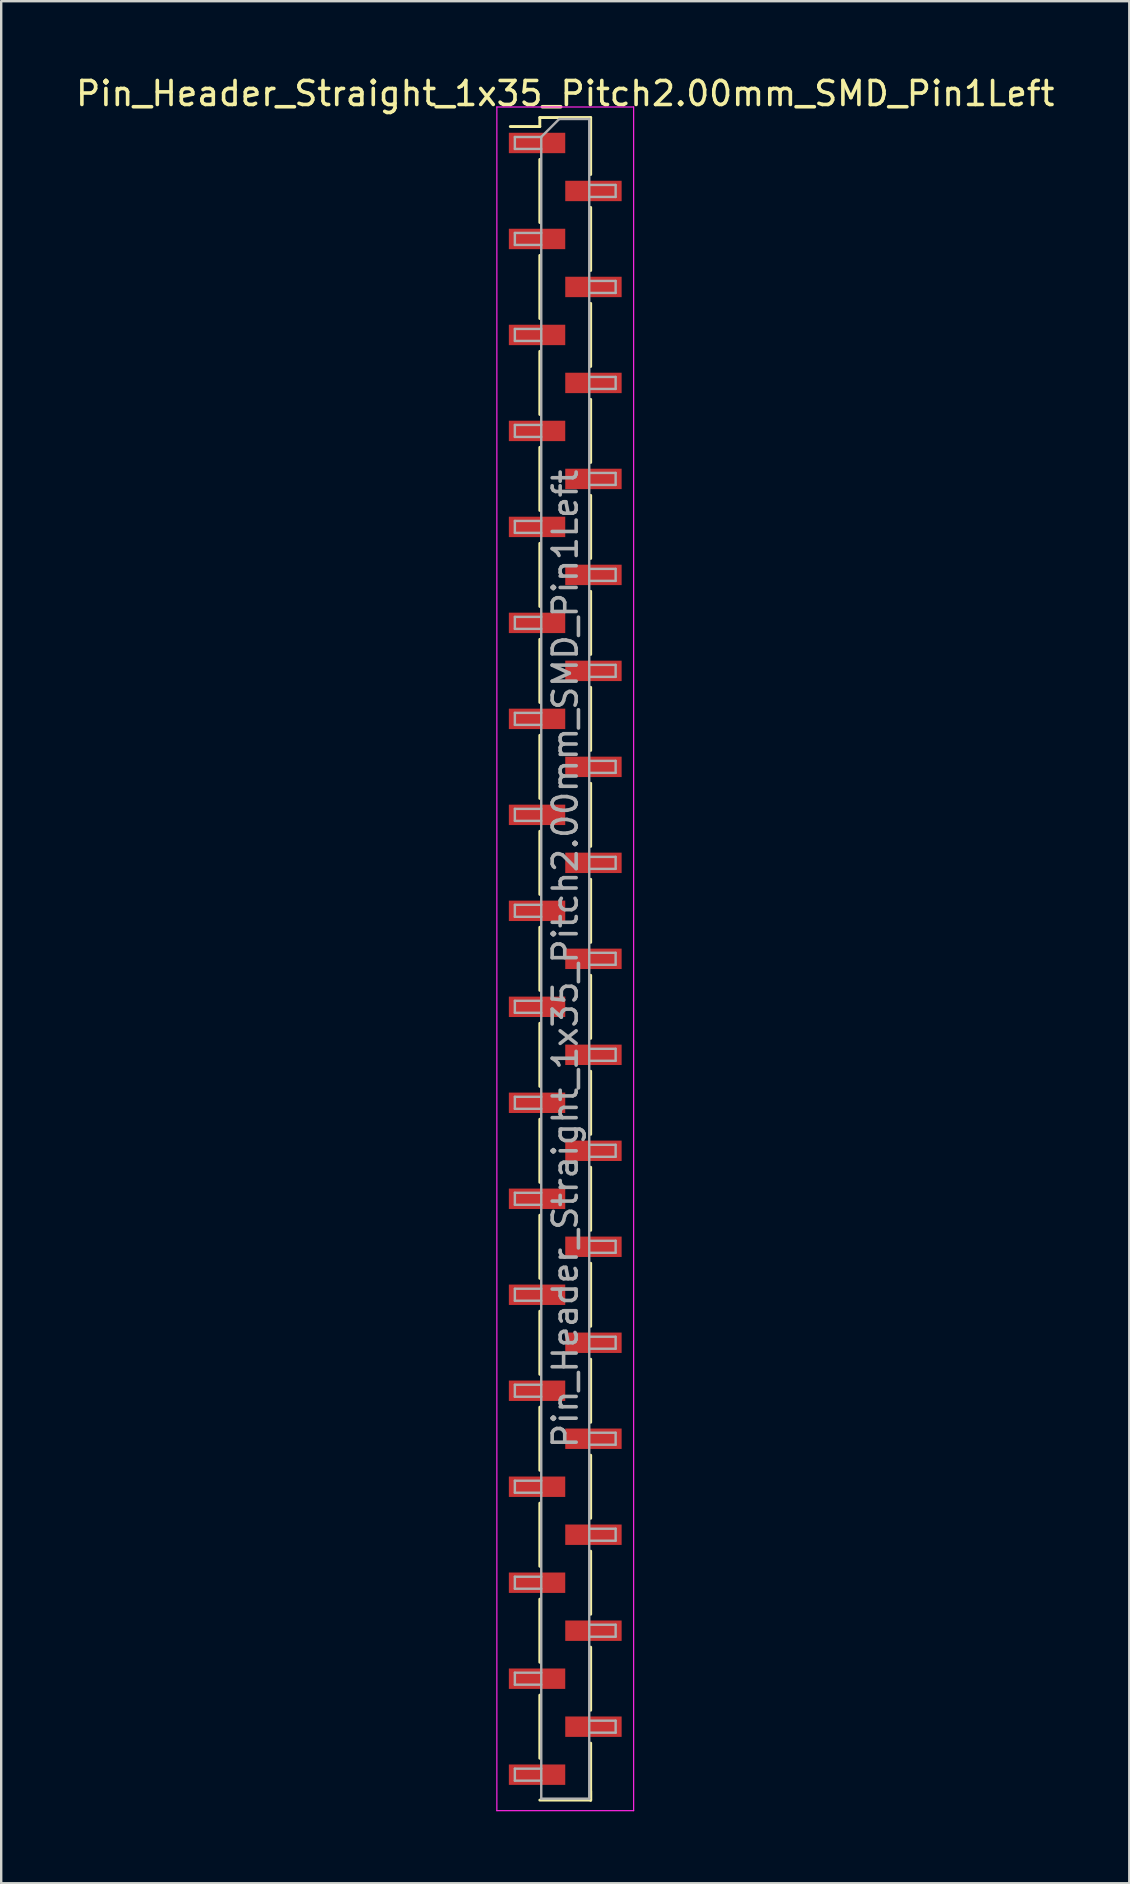
<source format=kicad_pcb>
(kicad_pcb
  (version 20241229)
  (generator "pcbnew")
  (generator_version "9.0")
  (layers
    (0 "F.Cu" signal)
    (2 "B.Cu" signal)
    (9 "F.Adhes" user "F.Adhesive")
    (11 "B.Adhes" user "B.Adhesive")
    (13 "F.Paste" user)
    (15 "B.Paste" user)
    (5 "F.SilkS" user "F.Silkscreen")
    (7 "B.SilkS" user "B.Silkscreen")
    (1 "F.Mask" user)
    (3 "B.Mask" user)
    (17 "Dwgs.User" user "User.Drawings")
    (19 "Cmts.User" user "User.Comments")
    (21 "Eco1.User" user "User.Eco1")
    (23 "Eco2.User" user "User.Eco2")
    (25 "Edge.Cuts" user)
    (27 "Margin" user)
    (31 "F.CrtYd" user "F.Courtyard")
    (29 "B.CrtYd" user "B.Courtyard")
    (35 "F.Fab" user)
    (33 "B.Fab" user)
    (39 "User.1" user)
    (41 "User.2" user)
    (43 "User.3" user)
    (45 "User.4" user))
  (footprint "Pin_Header_Straight_1x35_Pitch2.00mm_SMD_Pin1Left"
    (layer "F.Cu")
    (at 20.506 36.908)
    (property "Reference" "Pin_Header_Straight_1x35_Pitch2.00mm_SMD_Pin1Left" (at 0 -36.06 0) (layer "F.SilkS") (effects (font (size 1 1) (thickness 0.15))))
    (attr smd)
    (fp_line (start -1.06 -35.06) (end -1.06 -34.685) (stroke (width 0.12) (type solid)) (layer "F.SilkS"))
    (fp_line (start -1.06 -35.06) (end 1.06 -35.06) (stroke (width 0.12) (type solid)) (layer "F.SilkS"))
    (fp_line (start -1.06 -34.685) (end -2.29 -34.685) (stroke (width 0.12) (type solid)) (layer "F.SilkS"))
    (fp_line (start -1.06 -33.315) (end -1.06 -30.685) (stroke (width 0.12) (type solid)) (layer "F.SilkS"))
    (fp_line (start -1.06 -29.315) (end -1.06 -26.685) (stroke (width 0.12) (type solid)) (layer "F.SilkS"))
    (fp_line (start -1.06 -25.315) (end -1.06 -22.685) (stroke (width 0.12) (type solid)) (layer "F.SilkS"))
    (fp_line (start -1.06 -21.315) (end -1.06 -18.685) (stroke (width 0.12) (type solid)) (layer "F.SilkS"))
    (fp_line (start -1.06 -17.315) (end -1.06 -14.685) (stroke (width 0.12) (type solid)) (layer "F.SilkS"))
    (fp_line (start -1.06 -13.315) (end -1.06 -10.685) (stroke (width 0.12) (type solid)) (layer "F.SilkS"))
    (fp_line (start -1.06 -9.315) (end -1.06 -6.685) (stroke (width 0.12) (type solid)) (layer "F.SilkS"))
    (fp_line (start -1.06 -5.315) (end -1.06 -2.685) (stroke (width 0.12) (type solid)) (layer "F.SilkS"))
    (fp_line (start -1.06 -1.315) (end -1.06 1.315) (stroke (width 0.12) (type solid)) (layer "F.SilkS"))
    (fp_line (start -1.06 2.685) (end -1.06 5.315) (stroke (width 0.12) (type solid)) (layer "F.SilkS"))
    (fp_line (start -1.06 6.685) (end -1.06 9.315) (stroke (width 0.12) (type solid)) (layer "F.SilkS"))
    (fp_line (start -1.06 10.685) (end -1.06 13.315) (stroke (width 0.12) (type solid)) (layer "F.SilkS"))
    (fp_line (start -1.06 14.685) (end -1.06 17.315) (stroke (width 0.12) (type solid)) (layer "F.SilkS"))
    (fp_line (start -1.06 18.685) (end -1.06 21.315) (stroke (width 0.12) (type solid)) (layer "F.SilkS"))
    (fp_line (start -1.06 22.685) (end -1.06 25.315) (stroke (width 0.12) (type solid)) (layer "F.SilkS"))
    (fp_line (start -1.06 26.685) (end -1.06 29.315) (stroke (width 0.12) (type solid)) (layer "F.SilkS"))
    (fp_line (start -1.06 30.685) (end -1.06 33.315) (stroke (width 0.12) (type solid)) (layer "F.SilkS"))
    (fp_line (start -1.06 35.06) (end 1.06 35.06) (stroke (width 0.12) (type solid)) (layer "F.SilkS"))
    (fp_line (start 1.06 -35.06) (end 1.06 -32.685) (stroke (width 0.12) (type solid)) (layer "F.SilkS"))
    (fp_line (start 1.06 -31.315) (end 1.06 -28.685) (stroke (width 0.12) (type solid)) (layer "F.SilkS"))
    (fp_line (start 1.06 -27.315) (end 1.06 -24.685) (stroke (width 0.12) (type solid)) (layer "F.SilkS"))
    (fp_line (start 1.06 -23.315) (end 1.06 -20.685) (stroke (width 0.12) (type solid)) (layer "F.SilkS"))
    (fp_line (start 1.06 -19.315) (end 1.06 -16.685) (stroke (width 0.12) (type solid)) (layer "F.SilkS"))
    (fp_line (start 1.06 -15.315) (end 1.06 -12.685) (stroke (width 0.12) (type solid)) (layer "F.SilkS"))
    (fp_line (start 1.06 -11.315) (end 1.06 -8.685) (stroke (width 0.12) (type solid)) (layer "F.SilkS"))
    (fp_line (start 1.06 -7.315) (end 1.06 -4.685) (stroke (width 0.12) (type solid)) (layer "F.SilkS"))
    (fp_line (start 1.06 -3.315) (end 1.06 -0.685) (stroke (width 0.12) (type solid)) (layer "F.SilkS"))
    (fp_line (start 1.06 0.685) (end 1.06 3.315) (stroke (width 0.12) (type solid)) (layer "F.SilkS"))
    (fp_line (start 1.06 4.685) (end 1.06 7.315) (stroke (width 0.12) (type solid)) (layer "F.SilkS"))
    (fp_line (start 1.06 8.685) (end 1.06 11.315) (stroke (width 0.12) (type solid)) (layer "F.SilkS"))
    (fp_line (start 1.06 12.685) (end 1.06 15.315) (stroke (width 0.12) (type solid)) (layer "F.SilkS"))
    (fp_line (start 1.06 16.685) (end 1.06 19.315) (stroke (width 0.12) (type solid)) (layer "F.SilkS"))
    (fp_line (start 1.06 20.685) (end 1.06 23.315) (stroke (width 0.12) (type solid)) (layer "F.SilkS"))
    (fp_line (start 1.06 24.685) (end 1.06 27.315) (stroke (width 0.12) (type solid)) (layer "F.SilkS"))
    (fp_line (start 1.06 28.685) (end 1.06 31.315) (stroke (width 0.12) (type solid)) (layer "F.SilkS"))
    (fp_line (start 1.06 32.685) (end 1.06 35.06) (stroke (width 0.12) (type solid)) (layer "F.SilkS"))
    (fp_line (start 1.06 34.685) (end 1.06 35.06) (stroke (width 0.12) (type solid)) (layer "F.SilkS"))
    (fp_line (start -2.85 -35.5) (end -2.85 35.5) (stroke (width 0.05) (type solid)) (layer "F.CrtYd"))
    (fp_line (start -2.85 35.5) (end 2.85 35.5) (stroke (width 0.05) (type solid)) (layer "F.CrtYd"))
    (fp_line (start 2.85 -35.5) (end -2.85 -35.5) (stroke (width 0.05) (type solid)) (layer "F.CrtYd"))
    (fp_line (start 2.85 35.5) (end 2.85 -35.5) (stroke (width 0.05) (type solid)) (layer "F.CrtYd"))
    (fp_line (start -2.1 -34.25) (end -2.1 -33.75) (stroke (width 0.1) (type solid)) (layer "F.Fab"))
    (fp_line (start -2.1 -33.75) (end -1 -33.75) (stroke (width 0.1) (type solid)) (layer "F.Fab"))
    (fp_line (start -2.1 -30.25) (end -2.1 -29.75) (stroke (width 0.1) (type solid)) (layer "F.Fab"))
    (fp_line (start -2.1 -29.75) (end -1 -29.75) (stroke (width 0.1) (type solid)) (layer "F.Fab"))
    (fp_line (start -2.1 -26.25) (end -2.1 -25.75) (stroke (width 0.1) (type solid)) (layer "F.Fab"))
    (fp_line (start -2.1 -25.75) (end -1 -25.75) (stroke (width 0.1) (type solid)) (layer "F.Fab"))
    (fp_line (start -2.1 -22.25) (end -2.1 -21.75) (stroke (width 0.1) (type solid)) (layer "F.Fab"))
    (fp_line (start -2.1 -21.75) (end -1 -21.75) (stroke (width 0.1) (type solid)) (layer "F.Fab"))
    (fp_line (start -2.1 -18.25) (end -2.1 -17.75) (stroke (width 0.1) (type solid)) (layer "F.Fab"))
    (fp_line (start -2.1 -17.75) (end -1 -17.75) (stroke (width 0.1) (type solid)) (layer "F.Fab"))
    (fp_line (start -2.1 -14.25) (end -2.1 -13.75) (stroke (width 0.1) (type solid)) (layer "F.Fab"))
    (fp_line (start -2.1 -13.75) (end -1 -13.75) (stroke (width 0.1) (type solid)) (layer "F.Fab"))
    (fp_line (start -2.1 -10.25) (end -2.1 -9.75) (stroke (width 0.1) (type solid)) (layer "F.Fab"))
    (fp_line (start -2.1 -9.75) (end -1 -9.75) (stroke (width 0.1) (type solid)) (layer "F.Fab"))
    (fp_line (start -2.1 -6.25) (end -2.1 -5.75) (stroke (width 0.1) (type solid)) (layer "F.Fab"))
    (fp_line (start -2.1 -5.75) (end -1 -5.75) (stroke (width 0.1) (type solid)) (layer "F.Fab"))
    (fp_line (start -2.1 -2.25) (end -2.1 -1.75) (stroke (width 0.1) (type solid)) (layer "F.Fab"))
    (fp_line (start -2.1 -1.75) (end -1 -1.75) (stroke (width 0.1) (type solid)) (layer "F.Fab"))
    (fp_line (start -2.1 1.75) (end -2.1 2.25) (stroke (width 0.1) (type solid)) (layer "F.Fab"))
    (fp_line (start -2.1 2.25) (end -1 2.25) (stroke (width 0.1) (type solid)) (layer "F.Fab"))
    (fp_line (start -2.1 5.75) (end -2.1 6.25) (stroke (width 0.1) (type solid)) (layer "F.Fab"))
    (fp_line (start -2.1 6.25) (end -1 6.25) (stroke (width 0.1) (type solid)) (layer "F.Fab"))
    (fp_line (start -2.1 9.75) (end -2.1 10.25) (stroke (width 0.1) (type solid)) (layer "F.Fab"))
    (fp_line (start -2.1 10.25) (end -1 10.25) (stroke (width 0.1) (type solid)) (layer "F.Fab"))
    (fp_line (start -2.1 13.75) (end -2.1 14.25) (stroke (width 0.1) (type solid)) (layer "F.Fab"))
    (fp_line (start -2.1 14.25) (end -1 14.25) (stroke (width 0.1) (type solid)) (layer "F.Fab"))
    (fp_line (start -2.1 17.75) (end -2.1 18.25) (stroke (width 0.1) (type solid)) (layer "F.Fab"))
    (fp_line (start -2.1 18.25) (end -1 18.25) (stroke (width 0.1) (type solid)) (layer "F.Fab"))
    (fp_line (start -2.1 21.75) (end -2.1 22.25) (stroke (width 0.1) (type solid)) (layer "F.Fab"))
    (fp_line (start -2.1 22.25) (end -1 22.25) (stroke (width 0.1) (type solid)) (layer "F.Fab"))
    (fp_line (start -2.1 25.75) (end -2.1 26.25) (stroke (width 0.1) (type solid)) (layer "F.Fab"))
    (fp_line (start -2.1 26.25) (end -1 26.25) (stroke (width 0.1) (type solid)) (layer "F.Fab"))
    (fp_line (start -2.1 29.75) (end -2.1 30.25) (stroke (width 0.1) (type solid)) (layer "F.Fab"))
    (fp_line (start -2.1 30.25) (end -1 30.25) (stroke (width 0.1) (type solid)) (layer "F.Fab"))
    (fp_line (start -2.1 33.75) (end -2.1 34.25) (stroke (width 0.1) (type solid)) (layer "F.Fab"))
    (fp_line (start -2.1 34.25) (end -1 34.25) (stroke (width 0.1) (type solid)) (layer "F.Fab"))
    (fp_line (start -1 -34.25) (end -2.1 -34.25) (stroke (width 0.1) (type solid)) (layer "F.Fab"))
    (fp_line (start -1 -34.25) (end -0.25 -35) (stroke (width 0.1) (type solid)) (layer "F.Fab"))
    (fp_line (start -1 -30.25) (end -2.1 -30.25) (stroke (width 0.1) (type solid)) (layer "F.Fab"))
    (fp_line (start -1 -26.25) (end -2.1 -26.25) (stroke (width 0.1) (type solid)) (layer "F.Fab"))
    (fp_line (start -1 -22.25) (end -2.1 -22.25) (stroke (width 0.1) (type solid)) (layer "F.Fab"))
    (fp_line (start -1 -18.25) (end -2.1 -18.25) (stroke (width 0.1) (type solid)) (layer "F.Fab"))
    (fp_line (start -1 -14.25) (end -2.1 -14.25) (stroke (width 0.1) (type solid)) (layer "F.Fab"))
    (fp_line (start -1 -10.25) (end -2.1 -10.25) (stroke (width 0.1) (type solid)) (layer "F.Fab"))
    (fp_line (start -1 -6.25) (end -2.1 -6.25) (stroke (width 0.1) (type solid)) (layer "F.Fab"))
    (fp_line (start -1 -2.25) (end -2.1 -2.25) (stroke (width 0.1) (type solid)) (layer "F.Fab"))
    (fp_line (start -1 1.75) (end -2.1 1.75) (stroke (width 0.1) (type solid)) (layer "F.Fab"))
    (fp_line (start -1 5.75) (end -2.1 5.75) (stroke (width 0.1) (type solid)) (layer "F.Fab"))
    (fp_line (start -1 9.75) (end -2.1 9.75) (stroke (width 0.1) (type solid)) (layer "F.Fab"))
    (fp_line (start -1 13.75) (end -2.1 13.75) (stroke (width 0.1) (type solid)) (layer "F.Fab"))
    (fp_line (start -1 17.75) (end -2.1 17.75) (stroke (width 0.1) (type solid)) (layer "F.Fab"))
    (fp_line (start -1 21.75) (end -2.1 21.75) (stroke (width 0.1) (type solid)) (layer "F.Fab"))
    (fp_line (start -1 25.75) (end -2.1 25.75) (stroke (width 0.1) (type solid)) (layer "F.Fab"))
    (fp_line (start -1 29.75) (end -2.1 29.75) (stroke (width 0.1) (type solid)) (layer "F.Fab"))
    (fp_line (start -1 33.75) (end -2.1 33.75) (stroke (width 0.1) (type solid)) (layer "F.Fab"))
    (fp_line (start -1 35) (end -1 -34.25) (stroke (width 0.1) (type solid)) (layer "F.Fab"))
    (fp_line (start -0.25 -35) (end 1 -35) (stroke (width 0.1) (type solid)) (layer "F.Fab"))
    (fp_line (start 1 -35) (end 1 35) (stroke (width 0.1) (type solid)) (layer "F.Fab"))
    (fp_line (start 1 -32.25) (end 2.1 -32.25) (stroke (width 0.1) (type solid)) (layer "F.Fab"))
    (fp_line (start 1 -28.25) (end 2.1 -28.25) (stroke (width 0.1) (type solid)) (layer "F.Fab"))
    (fp_line (start 1 -24.25) (end 2.1 -24.25) (stroke (width 0.1) (type solid)) (layer "F.Fab"))
    (fp_line (start 1 -20.25) (end 2.1 -20.25) (stroke (width 0.1) (type solid)) (layer "F.Fab"))
    (fp_line (start 1 -16.25) (end 2.1 -16.25) (stroke (width 0.1) (type solid)) (layer "F.Fab"))
    (fp_line (start 1 -12.25) (end 2.1 -12.25) (stroke (width 0.1) (type solid)) (layer "F.Fab"))
    (fp_line (start 1 -8.25) (end 2.1 -8.25) (stroke (width 0.1) (type solid)) (layer "F.Fab"))
    (fp_line (start 1 -4.25) (end 2.1 -4.25) (stroke (width 0.1) (type solid)) (layer "F.Fab"))
    (fp_line (start 1 -0.25) (end 2.1 -0.25) (stroke (width 0.1) (type solid)) (layer "F.Fab"))
    (fp_line (start 1 3.75) (end 2.1 3.75) (stroke (width 0.1) (type solid)) (layer "F.Fab"))
    (fp_line (start 1 7.75) (end 2.1 7.75) (stroke (width 0.1) (type solid)) (layer "F.Fab"))
    (fp_line (start 1 11.75) (end 2.1 11.75) (stroke (width 0.1) (type solid)) (layer "F.Fab"))
    (fp_line (start 1 15.75) (end 2.1 15.75) (stroke (width 0.1) (type solid)) (layer "F.Fab"))
    (fp_line (start 1 19.75) (end 2.1 19.75) (stroke (width 0.1) (type solid)) (layer "F.Fab"))
    (fp_line (start 1 23.75) (end 2.1 23.75) (stroke (width 0.1) (type solid)) (layer "F.Fab"))
    (fp_line (start 1 27.75) (end 2.1 27.75) (stroke (width 0.1) (type solid)) (layer "F.Fab"))
    (fp_line (start 1 31.75) (end 2.1 31.75) (stroke (width 0.1) (type solid)) (layer "F.Fab"))
    (fp_line (start 1 35) (end -1 35) (stroke (width 0.1) (type solid)) (layer "F.Fab"))
    (fp_line (start 2.1 -32.25) (end 2.1 -31.75) (stroke (width 0.1) (type solid)) (layer "F.Fab"))
    (fp_line (start 2.1 -31.75) (end 1 -31.75) (stroke (width 0.1) (type solid)) (layer "F.Fab"))
    (fp_line (start 2.1 -28.25) (end 2.1 -27.75) (stroke (width 0.1) (type solid)) (layer "F.Fab"))
    (fp_line (start 2.1 -27.75) (end 1 -27.75) (stroke (width 0.1) (type solid)) (layer "F.Fab"))
    (fp_line (start 2.1 -24.25) (end 2.1 -23.75) (stroke (width 0.1) (type solid)) (layer "F.Fab"))
    (fp_line (start 2.1 -23.75) (end 1 -23.75) (stroke (width 0.1) (type solid)) (layer "F.Fab"))
    (fp_line (start 2.1 -20.25) (end 2.1 -19.75) (stroke (width 0.1) (type solid)) (layer "F.Fab"))
    (fp_line (start 2.1 -19.75) (end 1 -19.75) (stroke (width 0.1) (type solid)) (layer "F.Fab"))
    (fp_line (start 2.1 -16.25) (end 2.1 -15.75) (stroke (width 0.1) (type solid)) (layer "F.Fab"))
    (fp_line (start 2.1 -15.75) (end 1 -15.75) (stroke (width 0.1) (type solid)) (layer "F.Fab"))
    (fp_line (start 2.1 -12.25) (end 2.1 -11.75) (stroke (width 0.1) (type solid)) (layer "F.Fab"))
    (fp_line (start 2.1 -11.75) (end 1 -11.75) (stroke (width 0.1) (type solid)) (layer "F.Fab"))
    (fp_line (start 2.1 -8.25) (end 2.1 -7.75) (stroke (width 0.1) (type solid)) (layer "F.Fab"))
    (fp_line (start 2.1 -7.75) (end 1 -7.75) (stroke (width 0.1) (type solid)) (layer "F.Fab"))
    (fp_line (start 2.1 -4.25) (end 2.1 -3.75) (stroke (width 0.1) (type solid)) (layer "F.Fab"))
    (fp_line (start 2.1 -3.75) (end 1 -3.75) (stroke (width 0.1) (type solid)) (layer "F.Fab"))
    (fp_line (start 2.1 -0.25) (end 2.1 0.25) (stroke (width 0.1) (type solid)) (layer "F.Fab"))
    (fp_line (start 2.1 0.25) (end 1 0.25) (stroke (width 0.1) (type solid)) (layer "F.Fab"))
    (fp_line (start 2.1 3.75) (end 2.1 4.25) (stroke (width 0.1) (type solid)) (layer "F.Fab"))
    (fp_line (start 2.1 4.25) (end 1 4.25) (stroke (width 0.1) (type solid)) (layer "F.Fab"))
    (fp_line (start 2.1 7.75) (end 2.1 8.25) (stroke (width 0.1) (type solid)) (layer "F.Fab"))
    (fp_line (start 2.1 8.25) (end 1 8.25) (stroke (width 0.1) (type solid)) (layer "F.Fab"))
    (fp_line (start 2.1 11.75) (end 2.1 12.25) (stroke (width 0.1) (type solid)) (layer "F.Fab"))
    (fp_line (start 2.1 12.25) (end 1 12.25) (stroke (width 0.1) (type solid)) (layer "F.Fab"))
    (fp_line (start 2.1 15.75) (end 2.1 16.25) (stroke (width 0.1) (type solid)) (layer "F.Fab"))
    (fp_line (start 2.1 16.25) (end 1 16.25) (stroke (width 0.1) (type solid)) (layer "F.Fab"))
    (fp_line (start 2.1 19.75) (end 2.1 20.25) (stroke (width 0.1) (type solid)) (layer "F.Fab"))
    (fp_line (start 2.1 20.25) (end 1 20.25) (stroke (width 0.1) (type solid)) (layer "F.Fab"))
    (fp_line (start 2.1 23.75) (end 2.1 24.25) (stroke (width 0.1) (type solid)) (layer "F.Fab"))
    (fp_line (start 2.1 24.25) (end 1 24.25) (stroke (width 0.1) (type solid)) (layer "F.Fab"))
    (fp_line (start 2.1 27.75) (end 2.1 28.25) (stroke (width 0.1) (type solid)) (layer "F.Fab"))
    (fp_line (start 2.1 28.25) (end 1 28.25) (stroke (width 0.1) (type solid)) (layer "F.Fab"))
    (fp_line (start 2.1 31.75) (end 2.1 32.25) (stroke (width 0.1) (type solid)) (layer "F.Fab"))
    (fp_line (start 2.1 32.25) (end 1 32.25) (stroke (width 0.1) (type solid)) (layer "F.Fab"))
    (fp_text user "${REFERENCE}" (at 0 0 90) (layer "F.Fab") (effects (font (size 1 1) (thickness 0.15))))
    (pad "1" smd rect (at -1.175 -34) (size 2.35 0.85) (layers "F.Cu" "F.Mask" "F.Paste"))
    (pad "2" smd rect (at 1.175 -32) (size 2.35 0.85) (layers "F.Cu" "F.Mask" "F.Paste"))
    (pad "3" smd rect (at -1.175 -30) (size 2.35 0.85) (layers "F.Cu" "F.Mask" "F.Paste"))
    (pad "4" smd rect (at 1.175 -28) (size 2.35 0.85) (layers "F.Cu" "F.Mask" "F.Paste"))
    (pad "5" smd rect (at -1.175 -26) (size 2.35 0.85) (layers "F.Cu" "F.Mask" "F.Paste"))
    (pad "6" smd rect (at 1.175 -24) (size 2.35 0.85) (layers "F.Cu" "F.Mask" "F.Paste"))
    (pad "7" smd rect (at -1.175 -22) (size 2.35 0.85) (layers "F.Cu" "F.Mask" "F.Paste"))
    (pad "8" smd rect (at 1.175 -20) (size 2.35 0.85) (layers "F.Cu" "F.Mask" "F.Paste"))
    (pad "9" smd rect (at -1.175 -18) (size 2.35 0.85) (layers "F.Cu" "F.Mask" "F.Paste"))
    (pad "10" smd rect (at 1.175 -16) (size 2.35 0.85) (layers "F.Cu" "F.Mask" "F.Paste"))
    (pad "11" smd rect (at -1.175 -14) (size 2.35 0.85) (layers "F.Cu" "F.Mask" "F.Paste"))
    (pad "12" smd rect (at 1.175 -12) (size 2.35 0.85) (layers "F.Cu" "F.Mask" "F.Paste"))
    (pad "13" smd rect (at -1.175 -10) (size 2.35 0.85) (layers "F.Cu" "F.Mask" "F.Paste"))
    (pad "14" smd rect (at 1.175 -8) (size 2.35 0.85) (layers "F.Cu" "F.Mask" "F.Paste"))
    (pad "15" smd rect (at -1.175 -6) (size 2.35 0.85) (layers "F.Cu" "F.Mask" "F.Paste"))
    (pad "16" smd rect (at 1.175 -4) (size 2.35 0.85) (layers "F.Cu" "F.Mask" "F.Paste"))
    (pad "17" smd rect (at -1.175 -2) (size 2.35 0.85) (layers "F.Cu" "F.Mask" "F.Paste"))
    (pad "18" smd rect (at 1.175 0) (size 2.35 0.85) (layers "F.Cu" "F.Mask" "F.Paste"))
    (pad "19" smd rect (at -1.175 2) (size 2.35 0.85) (layers "F.Cu" "F.Mask" "F.Paste"))
    (pad "20" smd rect (at 1.175 4) (size 2.35 0.85) (layers "F.Cu" "F.Mask" "F.Paste"))
    (pad "21" smd rect (at -1.175 6) (size 2.35 0.85) (layers "F.Cu" "F.Mask" "F.Paste"))
    (pad "22" smd rect (at 1.175 8) (size 2.35 0.85) (layers "F.Cu" "F.Mask" "F.Paste"))
    (pad "23" smd rect (at -1.175 10) (size 2.35 0.85) (layers "F.Cu" "F.Mask" "F.Paste"))
    (pad "24" smd rect (at 1.175 12) (size 2.35 0.85) (layers "F.Cu" "F.Mask" "F.Paste"))
    (pad "25" smd rect (at -1.175 14) (size 2.35 0.85) (layers "F.Cu" "F.Mask" "F.Paste"))
    (pad "26" smd rect (at 1.175 16) (size 2.35 0.85) (layers "F.Cu" "F.Mask" "F.Paste"))
    (pad "27" smd rect (at -1.175 18) (size 2.35 0.85) (layers "F.Cu" "F.Mask" "F.Paste"))
    (pad "28" smd rect (at 1.175 20) (size 2.35 0.85) (layers "F.Cu" "F.Mask" "F.Paste"))
    (pad "29" smd rect (at -1.175 22) (size 2.35 0.85) (layers "F.Cu" "F.Mask" "F.Paste"))
    (pad "30" smd rect (at 1.175 24) (size 2.35 0.85) (layers "F.Cu" "F.Mask" "F.Paste"))
    (pad "31" smd rect (at -1.175 26) (size 2.35 0.85) (layers "F.Cu" "F.Mask" "F.Paste"))
    (pad "32" smd rect (at 1.175 28) (size 2.35 0.85) (layers "F.Cu" "F.Mask" "F.Paste"))
    (pad "33" smd rect (at -1.175 30) (size 2.35 0.85) (layers "F.Cu" "F.Mask" "F.Paste"))
    (pad "34" smd rect (at 1.175 32) (size 2.35 0.85) (layers "F.Cu" "F.Mask" "F.Paste"))
    (pad "35" smd rect (at -1.175 34) (size 2.35 0.85) (layers "F.Cu" "F.Mask" "F.Paste")))
  (gr_rect
    (start -3 -3)
    (end 44.012 75.433)
    (stroke (width 0.1) (type default))
    (fill no)
    (layer "Edge.Cuts")))
</source>
